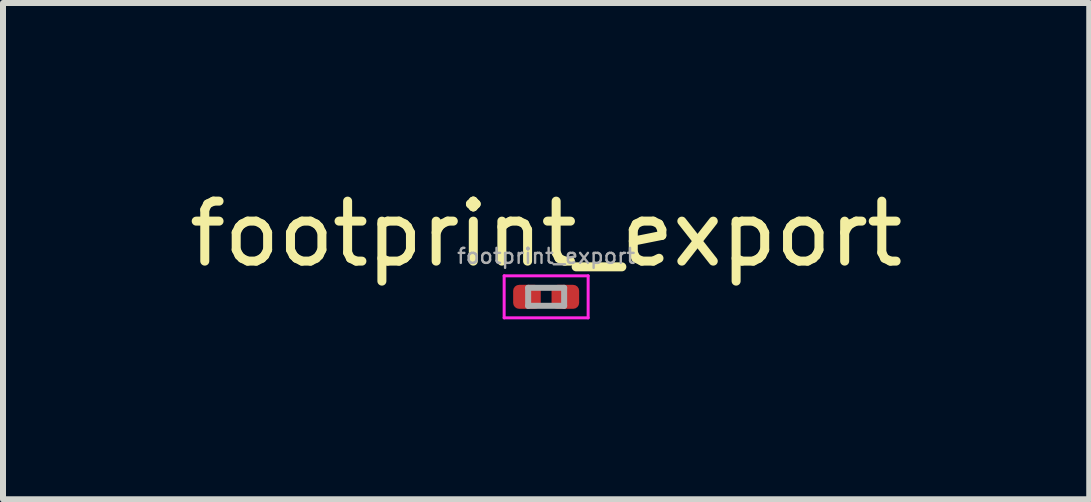
<source format=kicad_pcb>
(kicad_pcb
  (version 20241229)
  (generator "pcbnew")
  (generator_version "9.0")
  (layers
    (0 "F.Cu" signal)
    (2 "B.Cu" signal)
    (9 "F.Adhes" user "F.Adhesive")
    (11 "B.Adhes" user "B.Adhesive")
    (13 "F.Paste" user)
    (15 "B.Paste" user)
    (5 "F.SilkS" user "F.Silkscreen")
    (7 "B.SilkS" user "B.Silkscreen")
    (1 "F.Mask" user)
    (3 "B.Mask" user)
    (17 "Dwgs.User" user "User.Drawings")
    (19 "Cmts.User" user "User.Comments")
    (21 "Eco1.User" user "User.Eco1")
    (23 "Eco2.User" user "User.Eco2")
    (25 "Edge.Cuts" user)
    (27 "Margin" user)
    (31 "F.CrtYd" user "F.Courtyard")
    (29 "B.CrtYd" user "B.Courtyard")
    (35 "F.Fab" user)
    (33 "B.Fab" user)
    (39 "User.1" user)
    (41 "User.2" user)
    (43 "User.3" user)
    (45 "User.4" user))
  (footprint "footprint_export"
    (layer "F.Cu")
    (at 6.054 1.898)
    (property "Reference" "footprint_export" (at 0 -1.05 0) (layer "F.SilkS") (effects (font (size 1 1) (thickness 0.15))))
    (attr smd)
    (fp_line (start -0.7 -0.35) (end 0.7 -0.35) (stroke (width 0.05) (type solid)) (layer "F.CrtYd"))
    (fp_line (start -0.7 0.35) (end -0.7 -0.35) (stroke (width 0.05) (type solid)) (layer "F.CrtYd"))
    (fp_line (start 0.7 -0.35) (end 0.7 0.35) (stroke (width 0.05) (type solid)) (layer "F.CrtYd"))
    (fp_line (start 0.7 0.35) (end -0.7 0.35) (stroke (width 0.05) (type solid)) (layer "F.CrtYd"))
    (fp_line (start -0.3 -0.15) (end 0.3 -0.15) (stroke (width 0.1) (type solid)) (layer "F.Fab"))
    (fp_line (start -0.3 0.15) (end -0.3 -0.15) (stroke (width 0.1) (type solid)) (layer "F.Fab"))
    (fp_line (start 0.3 -0.15) (end 0.3 0.15) (stroke (width 0.1) (type solid)) (layer "F.Fab"))
    (fp_line (start 0.3 0.15) (end -0.3 0.15) (stroke (width 0.1) (type solid)) (layer "F.Fab"))
    (fp_text user "${REFERENCE}" (at 0 -0.68 0) (layer "F.Fab") (effects (font (size 0.25 0.25) (thickness 0.04))))
    (pad "" smd roundrect (at -0.345 0) (size 0.318 0.36) (layers "F.Paste") (roundrect_rratio 0.25))
    (pad "" smd roundrect (at 0.345 0) (size 0.318 0.36) (layers "F.Paste") (roundrect_rratio 0.25))
    (pad "1" smd roundrect (at -0.32 0) (size 0.46 0.4) (layers "F.Cu" "F.Mask") (roundrect_rratio 0.25))
    (pad "2" smd roundrect (at 0.32 0) (size 0.46 0.4) (layers "F.Cu" "F.Mask") (roundrect_rratio 0.25)))
  (gr_rect
    (start -3 -3)
    (end 15.107 5.273)
    (stroke (width 0.1) (type default))
    (fill no)
    (layer "Edge.Cuts")))
</source>
